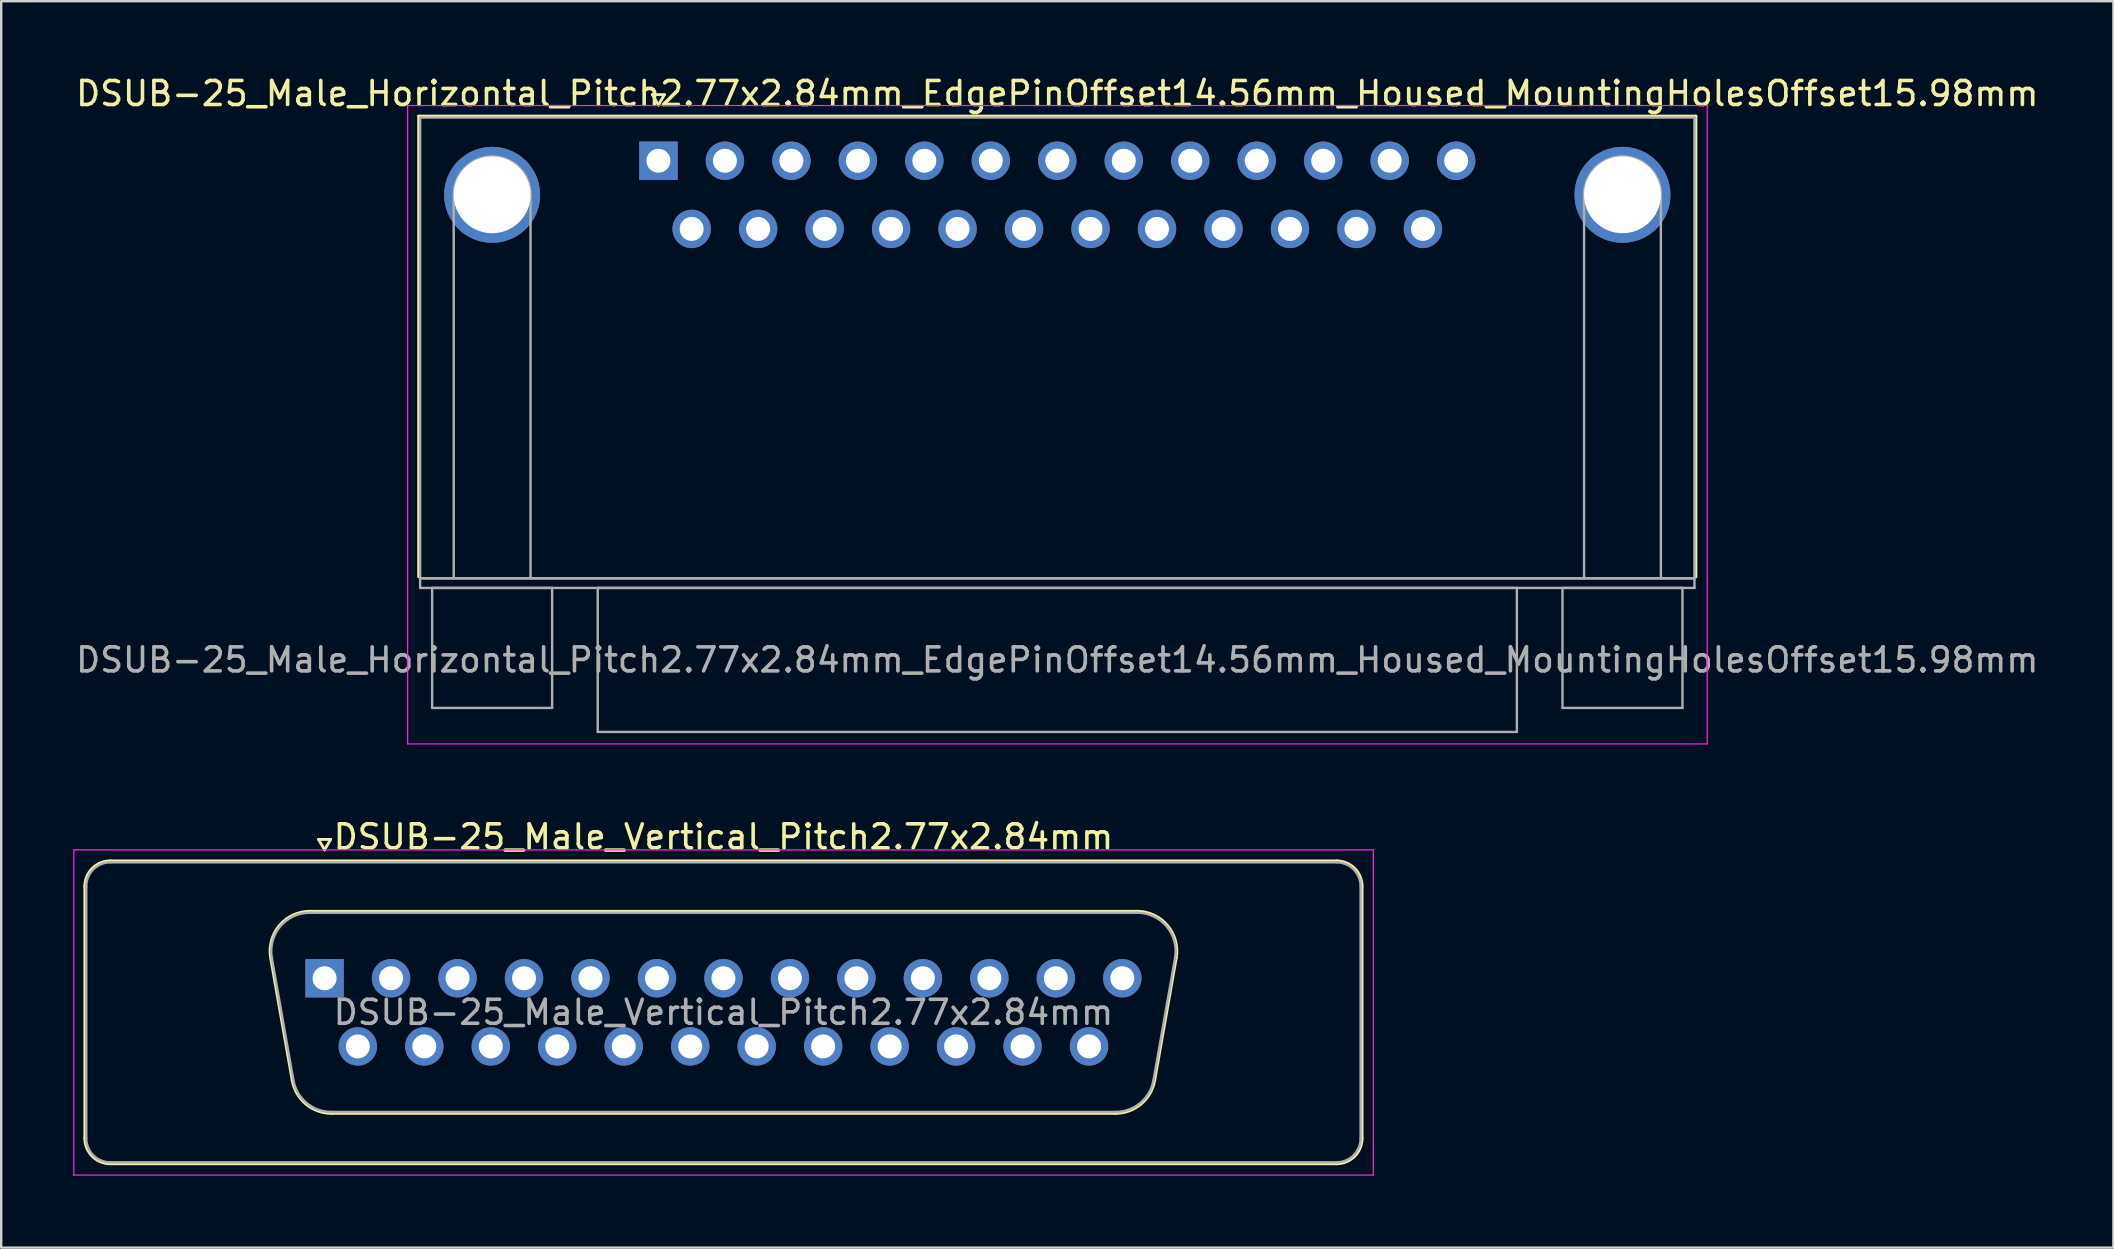
<source format=kicad_pcb>
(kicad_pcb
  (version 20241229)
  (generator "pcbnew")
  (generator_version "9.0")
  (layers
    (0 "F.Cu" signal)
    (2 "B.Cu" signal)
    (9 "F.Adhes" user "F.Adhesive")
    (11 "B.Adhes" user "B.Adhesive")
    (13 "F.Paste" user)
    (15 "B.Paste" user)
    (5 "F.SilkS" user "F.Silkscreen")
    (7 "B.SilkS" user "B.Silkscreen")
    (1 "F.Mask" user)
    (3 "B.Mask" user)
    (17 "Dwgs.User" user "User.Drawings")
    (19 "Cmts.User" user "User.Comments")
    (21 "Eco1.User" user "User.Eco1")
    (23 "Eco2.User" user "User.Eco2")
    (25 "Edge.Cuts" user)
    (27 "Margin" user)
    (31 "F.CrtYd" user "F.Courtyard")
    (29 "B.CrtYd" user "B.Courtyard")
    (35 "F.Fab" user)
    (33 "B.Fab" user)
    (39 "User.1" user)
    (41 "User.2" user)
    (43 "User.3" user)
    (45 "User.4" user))
  (footprint "DSUB-25_Male_Horizontal_Pitch2.77x2.84mm_EdgePinOffset14.56mm_Housed_MountingHolesOffset15.98mm"
    (layer "F.Cu")
    (at 24.386 3.648)
    (property "Reference" "DSUB-25_Male_Horizontal_Pitch2.77x2.84mm_EdgePinOffset14.56mm_Housed_MountingHolesOffset15.98mm" (at 16.62 -2.8 0) (layer "F.SilkS") (effects (font (size 1 1) (thickness 0.15))))
    (attr through_hole)
    (fp_line (start -9.99 -1.86) (end 43.23 -1.86) (stroke (width 0.12) (type solid)) (layer "F.SilkS"))
    (fp_line (start -9.99 17.34) (end -9.99 -1.86) (stroke (width 0.12) (type solid)) (layer "F.SilkS"))
    (fp_line (start -0.25 -2.754) (end 0.25 -2.754) (stroke (width 0.12) (type solid)) (layer "F.SilkS"))
    (fp_line (start 0 -2.321) (end -0.25 -2.754) (stroke (width 0.12) (type solid)) (layer "F.SilkS"))
    (fp_line (start 0.25 -2.754) (end 0 -2.321) (stroke (width 0.12) (type solid)) (layer "F.SilkS"))
    (fp_line (start 43.23 -1.86) (end 43.23 17.34) (stroke (width 0.12) (type solid)) (layer "F.SilkS"))
    (fp_line (start -10.45 -2.3) (end -10.45 24.3) (stroke (width 0.05) (type solid)) (layer "F.CrtYd"))
    (fp_line (start -10.45 24.3) (end 43.7 24.3) (stroke (width 0.05) (type solid)) (layer "F.CrtYd"))
    (fp_line (start 43.7 -2.3) (end -10.45 -2.3) (stroke (width 0.05) (type solid)) (layer "F.CrtYd"))
    (fp_line (start 43.7 24.3) (end 43.7 -2.3) (stroke (width 0.05) (type solid)) (layer "F.CrtYd"))
    (fp_line (start -9.93 -1.8) (end -9.93 17.4) (stroke (width 0.1) (type solid)) (layer "F.Fab"))
    (fp_line (start -9.93 17.4) (end -9.93 17.8) (stroke (width 0.1) (type solid)) (layer "F.Fab"))
    (fp_line (start -9.93 17.4) (end 43.17 17.4) (stroke (width 0.1) (type solid)) (layer "F.Fab"))
    (fp_line (start -9.93 17.8) (end 43.17 17.8) (stroke (width 0.1) (type solid)) (layer "F.Fab"))
    (fp_line (start -9.43 17.8) (end -9.43 22.8) (stroke (width 0.1) (type solid)) (layer "F.Fab"))
    (fp_line (start -9.43 22.8) (end -4.43 22.8) (stroke (width 0.1) (type solid)) (layer "F.Fab"))
    (fp_line (start -8.53 17.4) (end -8.53 1.42) (stroke (width 0.1) (type solid)) (layer "F.Fab"))
    (fp_line (start -5.33 17.4) (end -5.33 1.42) (stroke (width 0.1) (type solid)) (layer "F.Fab"))
    (fp_line (start -4.43 17.8) (end -9.43 17.8) (stroke (width 0.1) (type solid)) (layer "F.Fab"))
    (fp_line (start -4.43 22.8) (end -4.43 17.8) (stroke (width 0.1) (type solid)) (layer "F.Fab"))
    (fp_line (start -2.53 17.8) (end -2.53 23.8) (stroke (width 0.1) (type solid)) (layer "F.Fab"))
    (fp_line (start -2.53 23.8) (end 35.77 23.8) (stroke (width 0.1) (type solid)) (layer "F.Fab"))
    (fp_line (start 35.77 17.8) (end -2.53 17.8) (stroke (width 0.1) (type solid)) (layer "F.Fab"))
    (fp_line (start 35.77 23.8) (end 35.77 17.8) (stroke (width 0.1) (type solid)) (layer "F.Fab"))
    (fp_line (start 37.67 17.8) (end 37.67 22.8) (stroke (width 0.1) (type solid)) (layer "F.Fab"))
    (fp_line (start 37.67 22.8) (end 42.67 22.8) (stroke (width 0.1) (type solid)) (layer "F.Fab"))
    (fp_line (start 38.57 17.4) (end 38.57 1.42) (stroke (width 0.1) (type solid)) (layer "F.Fab"))
    (fp_line (start 41.77 17.4) (end 41.77 1.42) (stroke (width 0.1) (type solid)) (layer "F.Fab"))
    (fp_line (start 42.67 17.8) (end 37.67 17.8) (stroke (width 0.1) (type solid)) (layer "F.Fab"))
    (fp_line (start 42.67 22.8) (end 42.67 17.8) (stroke (width 0.1) (type solid)) (layer "F.Fab"))
    (fp_line (start 43.17 -1.8) (end -9.93 -1.8) (stroke (width 0.1) (type solid)) (layer "F.Fab"))
    (fp_line (start 43.17 17.4) (end -9.93 17.4) (stroke (width 0.1) (type solid)) (layer "F.Fab"))
    (fp_line (start 43.17 17.4) (end 43.17 -1.8) (stroke (width 0.1) (type solid)) (layer "F.Fab"))
    (fp_line (start 43.17 17.8) (end 43.17 17.4) (stroke (width 0.1) (type solid)) (layer "F.Fab"))
    (fp_arc (start -8.53 1.42) (mid -6.93 -0.18) (end -5.33 1.42) (stroke (width 0.1) (type solid)) (layer "F.Fab"))
    (fp_arc (start 38.57 1.42) (mid 40.17 -0.18) (end 41.77 1.42) (stroke (width 0.1) (type solid)) (layer "F.Fab"))
    (fp_text user "${REFERENCE}" (at 16.62 20.8 0) (layer "F.Fab") (effects (font (size 1 1) (thickness 0.15))))
    (pad "0" thru_hole circle (at -6.93 1.42) (size 4 4) (drill 3.2) (layers "*.Cu" "*.Mask"))
    (pad "0" thru_hole circle (at 40.17 1.42) (size 4 4) (drill 3.2) (layers "*.Cu" "*.Mask"))
    (pad "1" thru_hole rect (at 0 0) (size 1.6 1.6) (drill 1) (layers "*.Cu" "*.Mask"))
    (pad "2" thru_hole circle (at 2.77 0) (size 1.6 1.6) (drill 1) (layers "*.Cu" "*.Mask"))
    (pad "3" thru_hole circle (at 5.54 0) (size 1.6 1.6) (drill 1) (layers "*.Cu" "*.Mask"))
    (pad "4" thru_hole circle (at 8.31 0) (size 1.6 1.6) (drill 1) (layers "*.Cu" "*.Mask"))
    (pad "5" thru_hole circle (at 11.08 0) (size 1.6 1.6) (drill 1) (layers "*.Cu" "*.Mask"))
    (pad "6" thru_hole circle (at 13.85 0) (size 1.6 1.6) (drill 1) (layers "*.Cu" "*.Mask"))
    (pad "7" thru_hole circle (at 16.62 0) (size 1.6 1.6) (drill 1) (layers "*.Cu" "*.Mask"))
    (pad "8" thru_hole circle (at 19.39 0) (size 1.6 1.6) (drill 1) (layers "*.Cu" "*.Mask"))
    (pad "9" thru_hole circle (at 22.16 0) (size 1.6 1.6) (drill 1) (layers "*.Cu" "*.Mask"))
    (pad "10" thru_hole circle (at 24.93 0) (size 1.6 1.6) (drill 1) (layers "*.Cu" "*.Mask"))
    (pad "11" thru_hole circle (at 27.7 0) (size 1.6 1.6) (drill 1) (layers "*.Cu" "*.Mask"))
    (pad "12" thru_hole circle (at 30.47 0) (size 1.6 1.6) (drill 1) (layers "*.Cu" "*.Mask"))
    (pad "13" thru_hole circle (at 33.24 0) (size 1.6 1.6) (drill 1) (layers "*.Cu" "*.Mask"))
    (pad "14" thru_hole circle (at 1.385 2.84) (size 1.6 1.6) (drill 1) (layers "*.Cu" "*.Mask"))
    (pad "15" thru_hole circle (at 4.155 2.84) (size 1.6 1.6) (drill 1) (layers "*.Cu" "*.Mask"))
    (pad "16" thru_hole circle (at 6.925 2.84) (size 1.6 1.6) (drill 1) (layers "*.Cu" "*.Mask"))
    (pad "17" thru_hole circle (at 9.695 2.84) (size 1.6 1.6) (drill 1) (layers "*.Cu" "*.Mask"))
    (pad "18" thru_hole circle (at 12.465 2.84) (size 1.6 1.6) (drill 1) (layers "*.Cu" "*.Mask"))
    (pad "19" thru_hole circle (at 15.235 2.84) (size 1.6 1.6) (drill 1) (layers "*.Cu" "*.Mask"))
    (pad "20" thru_hole circle (at 18.005 2.84) (size 1.6 1.6) (drill 1) (layers "*.Cu" "*.Mask"))
    (pad "21" thru_hole circle (at 20.775 2.84) (size 1.6 1.6) (drill 1) (layers "*.Cu" "*.Mask"))
    (pad "22" thru_hole circle (at 23.545 2.84) (size 1.6 1.6) (drill 1) (layers "*.Cu" "*.Mask"))
    (pad "23" thru_hole circle (at 26.315 2.84) (size 1.6 1.6) (drill 1) (layers "*.Cu" "*.Mask"))
    (pad "24" thru_hole circle (at 29.085 2.84) (size 1.6 1.6) (drill 1) (layers "*.Cu" "*.Mask"))
    (pad "25" thru_hole circle (at 31.855 2.84) (size 1.6 1.6) (drill 1) (layers "*.Cu" "*.Mask")))
  (footprint "DSUB-25_Male_Vertical_Pitch2.77x2.84mm"
    (layer "F.Cu")
    (at 10.475 37.712)
    (property "Reference" "DSUB-25_Male_Vertical_Pitch2.77x2.84mm" (at 16.62 -5.89 0) (layer "F.SilkS") (effects (font (size 1 1) (thickness 0.15))))
    (attr through_hole)
    (fp_line (start -9.99 6.67) (end -9.99 -3.83) (stroke (width 0.12) (type solid)) (layer "F.SilkS"))
    (fp_line (start -8.93 -4.89) (end 42.17 -4.89) (stroke (width 0.12) (type solid)) (layer "F.SilkS"))
    (fp_line (start -2.246 -0.842) (end -1.347 4.258) (stroke (width 0.12) (type solid)) (layer "F.SilkS"))
    (fp_line (start -0.612 -2.79) (end 33.852 -2.79) (stroke (width 0.12) (type solid)) (layer "F.SilkS"))
    (fp_line (start -0.25 -5.784) (end 0.25 -5.784) (stroke (width 0.12) (type solid)) (layer "F.SilkS"))
    (fp_line (start 0 -5.351) (end -0.25 -5.784) (stroke (width 0.12) (type solid)) (layer "F.SilkS"))
    (fp_line (start 0.25 -5.784) (end 0 -5.351) (stroke (width 0.12) (type solid)) (layer "F.SilkS"))
    (fp_line (start 0.288 5.63) (end 32.952 5.63) (stroke (width 0.12) (type solid)) (layer "F.SilkS"))
    (fp_line (start 35.486 -0.842) (end 34.587 4.258) (stroke (width 0.12) (type solid)) (layer "F.SilkS"))
    (fp_line (start 42.17 7.73) (end -8.93 7.73) (stroke (width 0.12) (type solid)) (layer "F.SilkS"))
    (fp_line (start 43.23 -3.83) (end 43.23 6.67) (stroke (width 0.12) (type solid)) (layer "F.SilkS"))
    (fp_arc (start -9.99 -3.83) (mid -9.679533 -4.579533) (end -8.93 -4.89) (stroke (width 0.12) (type solid)) (layer "F.SilkS"))
    (fp_arc (start -8.93 7.73) (mid -9.679533 7.419533) (end -9.99 6.67) (stroke (width 0.12) (type solid)) (layer "F.SilkS"))
    (fp_arc (start -2.24647 -0.841744) (mid -1.883323 -2.197028) (end -0.611689 -2.79) (stroke (width 0.12) (type solid)) (layer "F.SilkS"))
    (fp_arc (start 0.287579 5.63) (mid -0.779448 5.241634) (end -1.347202 4.258256) (stroke (width 0.12) (type solid)) (layer "F.SilkS"))
    (fp_arc (start 33.851689 -2.79) (mid 35.123323 -2.197027) (end 35.48647 -0.841744) (stroke (width 0.12) (type solid)) (layer "F.SilkS"))
    (fp_arc (start 34.587202 4.258256) (mid 34.019449 5.241634) (end 32.952421 5.63) (stroke (width 0.12) (type solid)) (layer "F.SilkS"))
    (fp_arc (start 42.17 -4.89) (mid 42.919533 -4.579533) (end 43.23 -3.83) (stroke (width 0.12) (type solid)) (layer "F.SilkS"))
    (fp_arc (start 43.23 6.67) (mid 42.919533 7.419533) (end 42.17 7.73) (stroke (width 0.12) (type solid)) (layer "F.SilkS"))
    (fp_line (start -10.45 -5.35) (end -10.45 8.2) (stroke (width 0.05) (type solid)) (layer "F.CrtYd"))
    (fp_line (start -10.45 8.2) (end 43.7 8.2) (stroke (width 0.05) (type solid)) (layer "F.CrtYd"))
    (fp_line (start 43.7 -5.35) (end -10.45 -5.35) (stroke (width 0.05) (type solid)) (layer "F.CrtYd"))
    (fp_line (start 43.7 8.2) (end 43.7 -5.35) (stroke (width 0.05) (type solid)) (layer "F.CrtYd"))
    (fp_line (start -9.93 6.67) (end -9.93 -3.83) (stroke (width 0.1) (type solid)) (layer "F.Fab"))
    (fp_line (start -8.93 -4.83) (end 42.17 -4.83) (stroke (width 0.1) (type solid)) (layer "F.Fab"))
    (fp_line (start -2.199 -0.852) (end -1.3 4.248) (stroke (width 0.1) (type solid)) (layer "F.Fab"))
    (fp_line (start -0.623 -2.73) (end 33.863 -2.73) (stroke (width 0.1) (type solid)) (layer "F.Fab"))
    (fp_line (start 0.276 5.57) (end 32.964 5.57) (stroke (width 0.1) (type solid)) (layer "F.Fab"))
    (fp_line (start 35.439 -0.852) (end 34.54 4.248) (stroke (width 0.1) (type solid)) (layer "F.Fab"))
    (fp_line (start 42.17 7.67) (end -8.93 7.67) (stroke (width 0.1) (type solid)) (layer "F.Fab"))
    (fp_line (start 43.17 -3.83) (end 43.17 6.67) (stroke (width 0.1) (type solid)) (layer "F.Fab"))
    (fp_arc (start -9.93 -3.83) (mid -9.637107 -4.537107) (end -8.93 -4.83) (stroke (width 0.1) (type solid)) (layer "F.Fab"))
    (fp_arc (start -8.93 7.67) (mid -9.637107 7.377107) (end -9.93 6.67) (stroke (width 0.1) (type solid)) (layer "F.Fab"))
    (fp_arc (start -2.198886 -0.852163) (mid -1.848865 -2.15846) (end -0.623194 -2.73) (stroke (width 0.1) (type solid)) (layer "F.Fab"))
    (fp_arc (start 0.276073 5.57) (mid -0.752387 5.195671) (end -1.299619 4.247837) (stroke (width 0.1) (type solid)) (layer "F.Fab"))
    (fp_arc (start 33.863194 -2.73) (mid 35.088865 -2.15846) (end 35.438886 -0.852163) (stroke (width 0.1) (type solid)) (layer "F.Fab"))
    (fp_arc (start 34.539619 4.247837) (mid 33.992387 5.195671) (end 32.963927 5.57) (stroke (width 0.1) (type solid)) (layer "F.Fab"))
    (fp_arc (start 42.17 -4.83) (mid 42.877107 -4.537107) (end 43.17 -3.83) (stroke (width 0.1) (type solid)) (layer "F.Fab"))
    (fp_arc (start 43.17 6.67) (mid 42.877107 7.377107) (end 42.17 7.67) (stroke (width 0.1) (type solid)) (layer "F.Fab"))
    (fp_text user "${REFERENCE}" (at 16.62 1.42 0) (layer "F.Fab") (effects (font (size 1 1) (thickness 0.15))))
    (pad "1" thru_hole rect (at 0 0) (size 1.6 1.6) (drill 1) (layers "*.Cu" "*.Mask"))
    (pad "2" thru_hole circle (at 2.77 0) (size 1.6 1.6) (drill 1) (layers "*.Cu" "*.Mask"))
    (pad "3" thru_hole circle (at 5.54 0) (size 1.6 1.6) (drill 1) (layers "*.Cu" "*.Mask"))
    (pad "4" thru_hole circle (at 8.31 0) (size 1.6 1.6) (drill 1) (layers "*.Cu" "*.Mask"))
    (pad "5" thru_hole circle (at 11.08 0) (size 1.6 1.6) (drill 1) (layers "*.Cu" "*.Mask"))
    (pad "6" thru_hole circle (at 13.85 0) (size 1.6 1.6) (drill 1) (layers "*.Cu" "*.Mask"))
    (pad "7" thru_hole circle (at 16.62 0) (size 1.6 1.6) (drill 1) (layers "*.Cu" "*.Mask"))
    (pad "8" thru_hole circle (at 19.39 0) (size 1.6 1.6) (drill 1) (layers "*.Cu" "*.Mask"))
    (pad "9" thru_hole circle (at 22.16 0) (size 1.6 1.6) (drill 1) (layers "*.Cu" "*.Mask"))
    (pad "10" thru_hole circle (at 24.93 0) (size 1.6 1.6) (drill 1) (layers "*.Cu" "*.Mask"))
    (pad "11" thru_hole circle (at 27.7 0) (size 1.6 1.6) (drill 1) (layers "*.Cu" "*.Mask"))
    (pad "12" thru_hole circle (at 30.47 0) (size 1.6 1.6) (drill 1) (layers "*.Cu" "*.Mask"))
    (pad "13" thru_hole circle (at 33.24 0) (size 1.6 1.6) (drill 1) (layers "*.Cu" "*.Mask"))
    (pad "14" thru_hole circle (at 1.385 2.84) (size 1.6 1.6) (drill 1) (layers "*.Cu" "*.Mask"))
    (pad "15" thru_hole circle (at 4.155 2.84) (size 1.6 1.6) (drill 1) (layers "*.Cu" "*.Mask"))
    (pad "16" thru_hole circle (at 6.925 2.84) (size 1.6 1.6) (drill 1) (layers "*.Cu" "*.Mask"))
    (pad "17" thru_hole circle (at 9.695 2.84) (size 1.6 1.6) (drill 1) (layers "*.Cu" "*.Mask"))
    (pad "18" thru_hole circle (at 12.465 2.84) (size 1.6 1.6) (drill 1) (layers "*.Cu" "*.Mask"))
    (pad "19" thru_hole circle (at 15.235 2.84) (size 1.6 1.6) (drill 1) (layers "*.Cu" "*.Mask"))
    (pad "20" thru_hole circle (at 18.005 2.84) (size 1.6 1.6) (drill 1) (layers "*.Cu" "*.Mask"))
    (pad "21" thru_hole circle (at 20.775 2.84) (size 1.6 1.6) (drill 1) (layers "*.Cu" "*.Mask"))
    (pad "22" thru_hole circle (at 23.545 2.84) (size 1.6 1.6) (drill 1) (layers "*.Cu" "*.Mask"))
    (pad "23" thru_hole circle (at 26.315 2.84) (size 1.6 1.6) (drill 1) (layers "*.Cu" "*.Mask"))
    (pad "24" thru_hole circle (at 29.085 2.84) (size 1.6 1.6) (drill 1) (layers "*.Cu" "*.Mask"))
    (pad "25" thru_hole circle (at 31.855 2.84) (size 1.6 1.6) (drill 1) (layers "*.Cu" "*.Mask")))
  (gr_rect
    (start -3 -3)
    (end 85.012 48.937)
    (stroke (width 0.1) (type default))
    (fill no)
    (layer "Edge.Cuts")))
</source>
